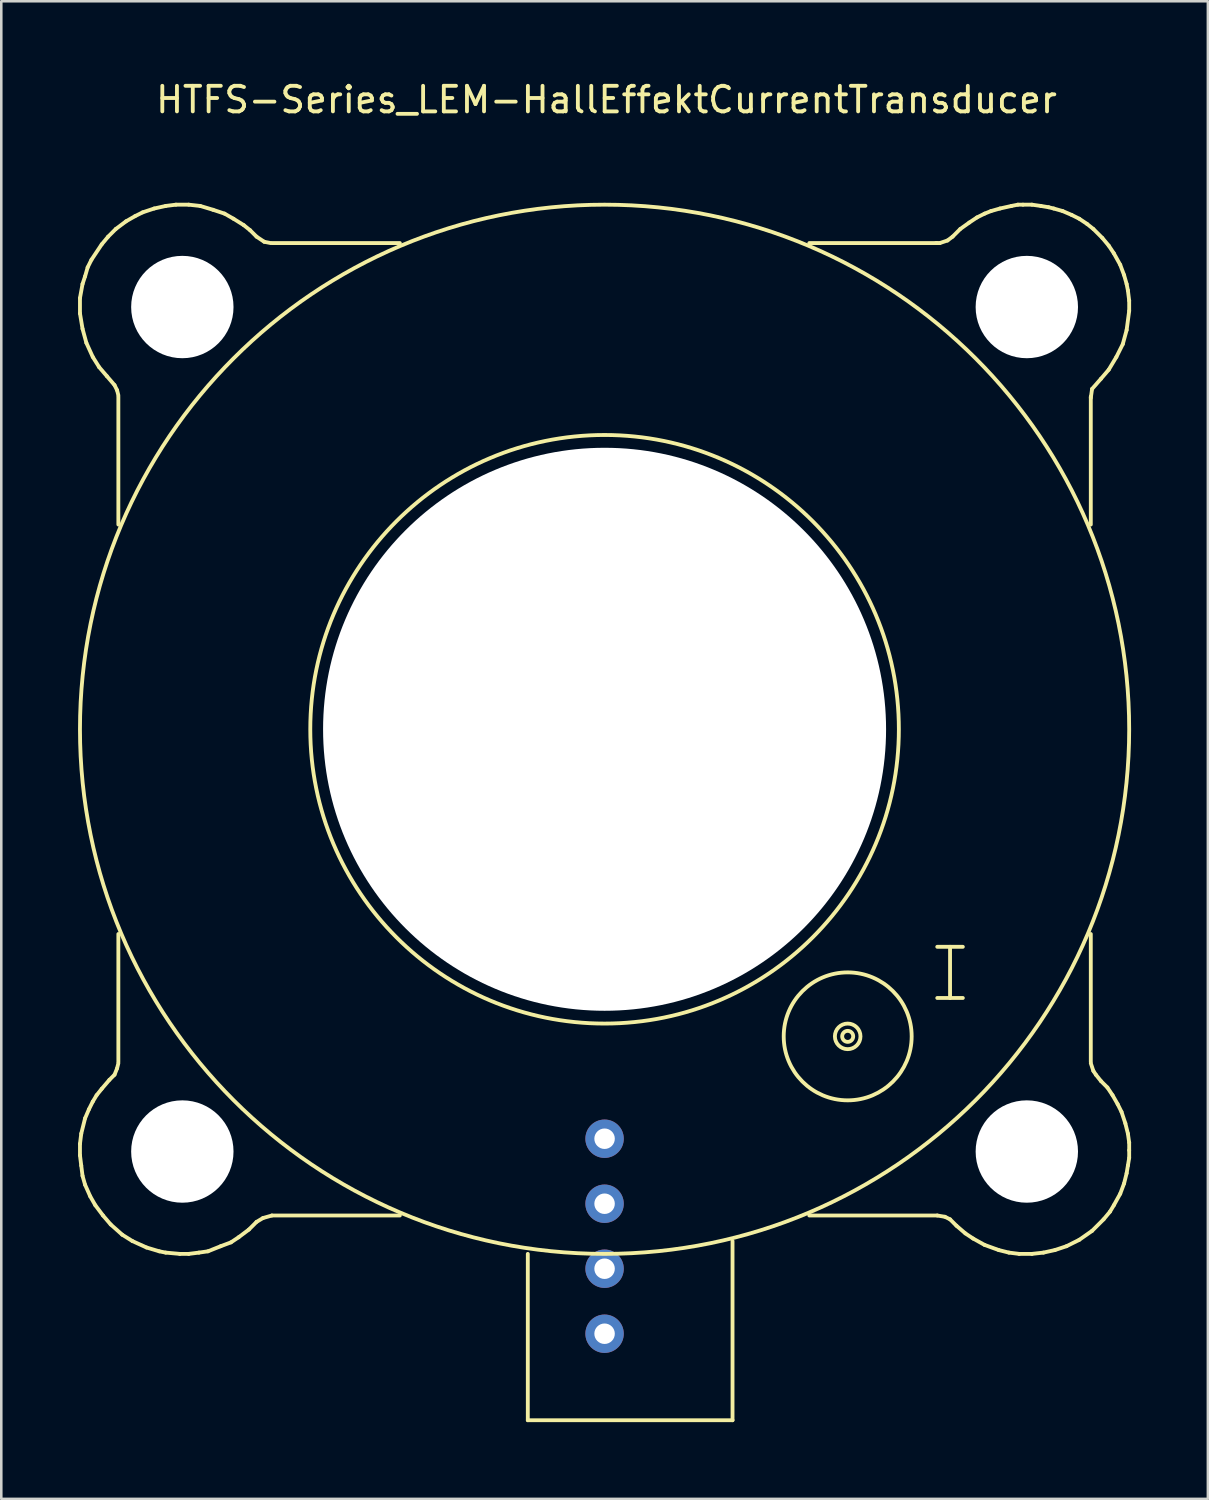
<source format=kicad_pcb>
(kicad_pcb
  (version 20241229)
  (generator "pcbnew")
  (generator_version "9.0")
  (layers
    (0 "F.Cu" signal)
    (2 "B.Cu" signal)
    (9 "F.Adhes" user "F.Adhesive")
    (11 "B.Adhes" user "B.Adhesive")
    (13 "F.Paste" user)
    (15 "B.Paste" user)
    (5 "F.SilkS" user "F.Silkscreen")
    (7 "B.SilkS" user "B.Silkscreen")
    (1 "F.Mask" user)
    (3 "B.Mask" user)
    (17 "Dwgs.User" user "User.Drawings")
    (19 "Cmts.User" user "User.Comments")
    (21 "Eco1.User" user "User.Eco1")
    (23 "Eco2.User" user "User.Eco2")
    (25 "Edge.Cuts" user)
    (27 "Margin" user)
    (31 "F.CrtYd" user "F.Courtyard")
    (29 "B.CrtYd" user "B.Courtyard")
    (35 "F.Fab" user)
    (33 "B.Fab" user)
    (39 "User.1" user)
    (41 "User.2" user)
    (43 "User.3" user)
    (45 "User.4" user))
  (footprint "HTFS-Series_LEM-HallEffektCurrentTransducer"
    (layer "F.Cu")
    (at 20.575 25.448)
    (property "Reference" "HTFS-Series_LEM-HallEffektCurrentTransducer" (at 0.075 -24.6 0) (layer "F.SilkS") (effects (font (size 1 1) (thickness 0.15))))
    (attr through_hole)
    (fp_line (start -20.5 -16.85) (end -20.5 -16.25) (stroke (width 0.15) (type solid)) (layer "F.SilkS"))
    (fp_line (start -20.5 -16.25) (end -20.4 -15.65) (stroke (width 0.15) (type solid)) (layer "F.SilkS"))
    (fp_line (start -20.5 16.2) (end -20.5 16.65) (stroke (width 0.15) (type solid)) (layer "F.SilkS"))
    (fp_line (start -20.5 16.65) (end -20.45 17.05) (stroke (width 0.15) (type solid)) (layer "F.SilkS"))
    (fp_line (start -20.45 15.8) (end -20.5 16.2) (stroke (width 0.15) (type solid)) (layer "F.SilkS"))
    (fp_line (start -20.45 17.05) (end -20.4 17.45) (stroke (width 0.15) (type solid)) (layer "F.SilkS"))
    (fp_line (start -20.4 -17.4) (end -20.5 -16.85) (stroke (width 0.15) (type solid)) (layer "F.SilkS"))
    (fp_line (start -20.4 -15.65) (end -20.25 -15.1) (stroke (width 0.15) (type solid)) (layer "F.SilkS"))
    (fp_line (start -20.4 17.45) (end -20.3 17.8) (stroke (width 0.15) (type solid)) (layer "F.SilkS"))
    (fp_line (start -20.3 -17.7) (end -20.4 -17.4) (stroke (width 0.15) (type solid)) (layer "F.SilkS"))
    (fp_line (start -20.3 15.2) (end -20.45 15.8) (stroke (width 0.15) (type solid)) (layer "F.SilkS"))
    (fp_line (start -20.3 17.8) (end -20.1 18.25) (stroke (width 0.15) (type solid)) (layer "F.SilkS"))
    (fp_line (start -20.25 -15.1) (end -20 -14.55) (stroke (width 0.15) (type solid)) (layer "F.SilkS"))
    (fp_line (start -20.2 -18.05) (end -20.3 -17.7) (stroke (width 0.15) (type solid)) (layer "F.SilkS"))
    (fp_line (start -20.15 14.85) (end -20.3 15.2) (stroke (width 0.15) (type solid)) (layer "F.SilkS"))
    (fp_line (start -20.1 18.25) (end -19.9 18.6) (stroke (width 0.15) (type solid)) (layer "F.SilkS"))
    (fp_line (start -20.05 -18.35) (end -20.2 -18.05) (stroke (width 0.15) (type solid)) (layer "F.SilkS"))
    (fp_line (start -20 -14.55) (end -19.75 -14.15) (stroke (width 0.15) (type solid)) (layer "F.SilkS"))
    (fp_line (start -20 14.55) (end -20.15 14.85) (stroke (width 0.15) (type solid)) (layer "F.SilkS"))
    (fp_line (start -19.9 18.6) (end -19.6 19) (stroke (width 0.15) (type solid)) (layer "F.SilkS"))
    (fp_line (start -19.85 14.3) (end -20 14.55) (stroke (width 0.15) (type solid)) (layer "F.SilkS"))
    (fp_line (start -19.75 -14.15) (end -19.45 -13.8) (stroke (width 0.15) (type solid)) (layer "F.SilkS"))
    (fp_line (start -19.65 -18.95) (end -20.05 -18.35) (stroke (width 0.15) (type solid)) (layer "F.SilkS"))
    (fp_line (start -19.65 14.05) (end -19.85 14.3) (stroke (width 0.15) (type solid)) (layer "F.SilkS"))
    (fp_line (start -19.6 19) (end -19.3 19.35) (stroke (width 0.15) (type solid)) (layer "F.SilkS"))
    (fp_line (start -19.45 -13.8) (end -19.15 -13.45) (stroke (width 0.15) (type solid)) (layer "F.SilkS"))
    (fp_line (start -19.4 -19.25) (end -19.65 -18.95) (stroke (width 0.15) (type solid)) (layer "F.SilkS"))
    (fp_line (start -19.35 13.7) (end -19.65 14.05) (stroke (width 0.15) (type solid)) (layer "F.SilkS"))
    (fp_line (start -19.3 19.35) (end -18.85 19.75) (stroke (width 0.15) (type solid)) (layer "F.SilkS"))
    (fp_line (start -19.15 -13.45) (end -19.05 -13.25) (stroke (width 0.15) (type solid)) (layer "F.SilkS"))
    (fp_line (start -19.15 13.5) (end -19.35 13.7) (stroke (width 0.15) (type solid)) (layer "F.SilkS"))
    (fp_line (start -19.1 -19.55) (end -19.4 -19.25) (stroke (width 0.15) (type solid)) (layer "F.SilkS"))
    (fp_line (start -19.05 -13.25) (end -19 -13.05) (stroke (width 0.15) (type solid)) (layer "F.SilkS"))
    (fp_line (start -19.05 13.25) (end -19.15 13.5) (stroke (width 0.15) (type solid)) (layer "F.SilkS"))
    (fp_line (start -19 -13) (end -19 -8) (stroke (width 0.15) (type solid)) (layer "F.SilkS"))
    (fp_line (start -19 8) (end -19 13) (stroke (width 0.15) (type solid)) (layer "F.SilkS"))
    (fp_line (start -19 13.05) (end -19.05 13.25) (stroke (width 0.15) (type solid)) (layer "F.SilkS"))
    (fp_line (start -18.85 19.75) (end -18.45 20) (stroke (width 0.15) (type solid)) (layer "F.SilkS"))
    (fp_line (start -18.7 -19.85) (end -19.1 -19.55) (stroke (width 0.15) (type solid)) (layer "F.SilkS"))
    (fp_line (start -18.45 20) (end -17.9 20.25) (stroke (width 0.15) (type solid)) (layer "F.SilkS"))
    (fp_line (start -18.35 -20.05) (end -18.7 -19.85) (stroke (width 0.15) (type solid)) (layer "F.SilkS"))
    (fp_line (start -18.05 -20.2) (end -18.35 -20.05) (stroke (width 0.15) (type solid)) (layer "F.SilkS"))
    (fp_line (start -17.9 20.25) (end -17.4 20.4) (stroke (width 0.15) (type solid)) (layer "F.SilkS"))
    (fp_line (start -17.6 -20.35) (end -18.05 -20.2) (stroke (width 0.15) (type solid)) (layer "F.SilkS"))
    (fp_line (start -17.4 20.4) (end -17.15 20.45) (stroke (width 0.15) (type solid)) (layer "F.SilkS"))
    (fp_line (start -17.15 -20.45) (end -17.6 -20.35) (stroke (width 0.15) (type solid)) (layer "F.SilkS"))
    (fp_line (start -17.15 20.45) (end -16.6 20.5) (stroke (width 0.15) (type solid)) (layer "F.SilkS"))
    (fp_line (start -16.75 -20.5) (end -17.15 -20.45) (stroke (width 0.15) (type solid)) (layer "F.SilkS"))
    (fp_line (start -16.6 20.5) (end -16.25 20.5) (stroke (width 0.15) (type solid)) (layer "F.SilkS"))
    (fp_line (start -16.25 -20.5) (end -16.75 -20.5) (stroke (width 0.15) (type solid)) (layer "F.SilkS"))
    (fp_line (start -16.25 20.5) (end -15.85 20.45) (stroke (width 0.15) (type solid)) (layer "F.SilkS"))
    (fp_line (start -15.85 20.45) (end -15.5 20.4) (stroke (width 0.15) (type solid)) (layer "F.SilkS"))
    (fp_line (start -15.8 -20.45) (end -16.25 -20.5) (stroke (width 0.15) (type solid)) (layer "F.SilkS"))
    (fp_line (start -15.5 20.4) (end -15 20.2) (stroke (width 0.15) (type solid)) (layer "F.SilkS"))
    (fp_line (start -15.3 -20.3) (end -15.8 -20.45) (stroke (width 0.15) (type solid)) (layer "F.SilkS"))
    (fp_line (start -15 20.2) (end -14.6 20.05) (stroke (width 0.15) (type solid)) (layer "F.SilkS"))
    (fp_line (start -14.85 -20.15) (end -15.3 -20.3) (stroke (width 0.15) (type solid)) (layer "F.SilkS"))
    (fp_line (start -14.6 20.05) (end -14.3 19.85) (stroke (width 0.15) (type solid)) (layer "F.SilkS"))
    (fp_line (start -14.5 -19.95) (end -14.85 -20.15) (stroke (width 0.15) (type solid)) (layer "F.SilkS"))
    (fp_line (start -14.3 19.85) (end -13.9 19.55) (stroke (width 0.15) (type solid)) (layer "F.SilkS"))
    (fp_line (start -14.1 -19.7) (end -14.5 -19.95) (stroke (width 0.15) (type solid)) (layer "F.SilkS"))
    (fp_line (start -13.9 19.55) (end -13.6 19.25) (stroke (width 0.15) (type solid)) (layer "F.SilkS"))
    (fp_line (start -13.85 -19.5) (end -14.1 -19.7) (stroke (width 0.15) (type solid)) (layer "F.SilkS"))
    (fp_line (start -13.6 -19.25) (end -13.85 -19.5) (stroke (width 0.15) (type solid)) (layer "F.SilkS"))
    (fp_line (start -13.6 19.25) (end -13.35 19.1) (stroke (width 0.15) (type solid)) (layer "F.SilkS"))
    (fp_line (start -13.35 19.1) (end -13 19) (stroke (width 0.15) (type solid)) (layer "F.SilkS"))
    (fp_line (start -13.3 -19.05) (end -13.6 -19.25) (stroke (width 0.15) (type solid)) (layer "F.SilkS"))
    (fp_line (start -13.05 -19) (end -13.3 -19.05) (stroke (width 0.15) (type solid)) (layer "F.SilkS"))
    (fp_line (start -8 -19) (end -13 -19) (stroke (width 0.15) (type solid)) (layer "F.SilkS"))
    (fp_line (start -8 19) (end -13 19) (stroke (width 0.15) (type solid)) (layer "F.SilkS"))
    (fp_line (start -3 27) (end -3 20.5) (stroke (width 0.15) (type solid)) (layer "F.SilkS"))
    (fp_line (start 5 27) (end -3 27) (stroke (width 0.15) (type solid)) (layer "F.SilkS"))
    (fp_line (start 5 27) (end 5 20) (stroke (width 0.15) (type solid)) (layer "F.SilkS"))
    (fp_line (start 8 19) (end 13 19) (stroke (width 0.15) (type solid)) (layer "F.SilkS"))
    (fp_line (start 13 -19) (end 8 -19) (stroke (width 0.15) (type solid)) (layer "F.SilkS"))
    (fp_line (start 13 8.5) (end 14 8.5) (stroke (width 0.15) (type solid)) (layer "F.SilkS"))
    (fp_line (start 13 10.5) (end 14 10.5) (stroke (width 0.15) (type solid)) (layer "F.SilkS"))
    (fp_line (start 13 19) (end 13.3 19.05) (stroke (width 0.15) (type solid)) (layer "F.SilkS"))
    (fp_line (start 13.1 -19) (end 12.95 -19) (stroke (width 0.15) (type solid)) (layer "F.SilkS"))
    (fp_line (start 13.3 19.05) (end 13.5 19.15) (stroke (width 0.15) (type solid)) (layer "F.SilkS"))
    (fp_line (start 13.4 -19.1) (end 13.1 -19) (stroke (width 0.15) (type solid)) (layer "F.SilkS"))
    (fp_line (start 13.5 8.5) (end 13.5 10.5) (stroke (width 0.15) (type solid)) (layer "F.SilkS"))
    (fp_line (start 13.5 19.15) (end 13.75 19.4) (stroke (width 0.15) (type solid)) (layer "F.SilkS"))
    (fp_line (start 13.6 -19.25) (end 13.4 -19.1) (stroke (width 0.15) (type solid)) (layer "F.SilkS"))
    (fp_line (start 13.75 19.4) (end 14.1 19.7) (stroke (width 0.15) (type solid)) (layer "F.SilkS"))
    (fp_line (start 13.9 -19.55) (end 13.6 -19.25) (stroke (width 0.15) (type solid)) (layer "F.SilkS"))
    (fp_line (start 14.1 19.7) (end 14.4 19.9) (stroke (width 0.15) (type solid)) (layer "F.SilkS"))
    (fp_line (start 14.25 -19.8) (end 13.9 -19.55) (stroke (width 0.15) (type solid)) (layer "F.SilkS"))
    (fp_line (start 14.4 19.9) (end 14.85 20.15) (stroke (width 0.15) (type solid)) (layer "F.SilkS"))
    (fp_line (start 14.55 -20) (end 14.25 -19.8) (stroke (width 0.15) (type solid)) (layer "F.SilkS"))
    (fp_line (start 14.85 -20.15) (end 14.55 -20) (stroke (width 0.15) (type solid)) (layer "F.SilkS"))
    (fp_line (start 14.85 20.15) (end 15.4 20.35) (stroke (width 0.15) (type solid)) (layer "F.SilkS"))
    (fp_line (start 15.1 -20.25) (end 14.85 -20.15) (stroke (width 0.15) (type solid)) (layer "F.SilkS"))
    (fp_line (start 15.4 20.35) (end 15.8 20.45) (stroke (width 0.15) (type solid)) (layer "F.SilkS"))
    (fp_line (start 15.45 -20.35) (end 15.1 -20.25) (stroke (width 0.15) (type solid)) (layer "F.SilkS"))
    (fp_line (start 15.8 20.45) (end 16.2 20.5) (stroke (width 0.15) (type solid)) (layer "F.SilkS"))
    (fp_line (start 15.9 -20.45) (end 15.45 -20.35) (stroke (width 0.15) (type solid)) (layer "F.SilkS"))
    (fp_line (start 16.15 -20.5) (end 15.9 -20.45) (stroke (width 0.15) (type solid)) (layer "F.SilkS"))
    (fp_line (start 16.2 20.5) (end 16.7 20.5) (stroke (width 0.15) (type solid)) (layer "F.SilkS"))
    (fp_line (start 16.35 -20.5) (end 16.15 -20.5) (stroke (width 0.15) (type solid)) (layer "F.SilkS"))
    (fp_line (start 16.7 -20.5) (end 16.35 -20.5) (stroke (width 0.15) (type solid)) (layer "F.SilkS"))
    (fp_line (start 16.7 20.5) (end 17.15 20.45) (stroke (width 0.15) (type solid)) (layer "F.SilkS"))
    (fp_line (start 17.05 -20.45) (end 16.7 -20.5) (stroke (width 0.15) (type solid)) (layer "F.SilkS"))
    (fp_line (start 17.15 20.45) (end 17.6 20.35) (stroke (width 0.15) (type solid)) (layer "F.SilkS"))
    (fp_line (start 17.35 -20.4) (end 17.05 -20.45) (stroke (width 0.15) (type solid)) (layer "F.SilkS"))
    (fp_line (start 17.55 -20.35) (end 17.35 -20.4) (stroke (width 0.15) (type solid)) (layer "F.SilkS"))
    (fp_line (start 17.6 20.35) (end 18.05 20.2) (stroke (width 0.15) (type solid)) (layer "F.SilkS"))
    (fp_line (start 17.9 -20.25) (end 17.55 -20.35) (stroke (width 0.15) (type solid)) (layer "F.SilkS"))
    (fp_line (start 18.05 20.2) (end 18.55 19.95) (stroke (width 0.15) (type solid)) (layer "F.SilkS"))
    (fp_line (start 18.25 -20.1) (end 17.9 -20.25) (stroke (width 0.15) (type solid)) (layer "F.SilkS"))
    (fp_line (start 18.55 -19.95) (end 18.25 -20.1) (stroke (width 0.15) (type solid)) (layer "F.SilkS"))
    (fp_line (start 18.55 19.95) (end 19.05 19.6) (stroke (width 0.15) (type solid)) (layer "F.SilkS"))
    (fp_line (start 18.85 -19.75) (end 18.55 -19.95) (stroke (width 0.15) (type solid)) (layer "F.SilkS"))
    (fp_line (start 19 -12.95) (end 19.05 -13.3) (stroke (width 0.15) (type solid)) (layer "F.SilkS"))
    (fp_line (start 19 -8) (end 19 -13) (stroke (width 0.15) (type solid)) (layer "F.SilkS"))
    (fp_line (start 19 8) (end 19 13) (stroke (width 0.15) (type solid)) (layer "F.SilkS"))
    (fp_line (start 19.05 -13.3) (end 19.4 -13.7) (stroke (width 0.15) (type solid)) (layer "F.SilkS"))
    (fp_line (start 19.05 19.6) (end 19.5 19.15) (stroke (width 0.15) (type solid)) (layer "F.SilkS"))
    (fp_line (start 19.1 -19.55) (end 18.85 -19.75) (stroke (width 0.15) (type solid)) (layer "F.SilkS"))
    (fp_line (start 19.1 13.35) (end 19 13.05) (stroke (width 0.15) (type solid)) (layer "F.SilkS"))
    (fp_line (start 19.2 13.5) (end 19.1 13.35) (stroke (width 0.15) (type solid)) (layer "F.SilkS"))
    (fp_line (start 19.4 -13.7) (end 19.7 -14.05) (stroke (width 0.15) (type solid)) (layer "F.SilkS"))
    (fp_line (start 19.4 13.75) (end 19.2 13.5) (stroke (width 0.15) (type solid)) (layer "F.SilkS"))
    (fp_line (start 19.45 -19.2) (end 19.1 -19.55) (stroke (width 0.15) (type solid)) (layer "F.SilkS"))
    (fp_line (start 19.5 19.15) (end 19.75 18.85) (stroke (width 0.15) (type solid)) (layer "F.SilkS"))
    (fp_line (start 19.65 14) (end 19.4 13.75) (stroke (width 0.15) (type solid)) (layer "F.SilkS"))
    (fp_line (start 19.7 -18.9) (end 19.45 -19.2) (stroke (width 0.15) (type solid)) (layer "F.SilkS"))
    (fp_line (start 19.7 -14.05) (end 20 -14.55) (stroke (width 0.15) (type solid)) (layer "F.SilkS"))
    (fp_line (start 19.75 18.85) (end 19.9 18.6) (stroke (width 0.15) (type solid)) (layer "F.SilkS"))
    (fp_line (start 19.85 14.3) (end 19.65 14) (stroke (width 0.15) (type solid)) (layer "F.SilkS"))
    (fp_line (start 19.9 -18.6) (end 19.7 -18.9) (stroke (width 0.15) (type solid)) (layer "F.SilkS"))
    (fp_line (start 19.9 18.6) (end 20.15 18.15) (stroke (width 0.15) (type solid)) (layer "F.SilkS"))
    (fp_line (start 20 -14.55) (end 20.25 -15.05) (stroke (width 0.15) (type solid)) (layer "F.SilkS"))
    (fp_line (start 20.05 14.65) (end 19.85 14.3) (stroke (width 0.15) (type solid)) (layer "F.SilkS"))
    (fp_line (start 20.15 -18.15) (end 19.9 -18.6) (stroke (width 0.15) (type solid)) (layer "F.SilkS"))
    (fp_line (start 20.15 18.15) (end 20.3 17.75) (stroke (width 0.15) (type solid)) (layer "F.SilkS"))
    (fp_line (start 20.2 14.95) (end 20.05 14.65) (stroke (width 0.15) (type solid)) (layer "F.SilkS"))
    (fp_line (start 20.25 -15.05) (end 20.4 -15.6) (stroke (width 0.15) (type solid)) (layer "F.SilkS"))
    (fp_line (start 20.3 -17.75) (end 20.15 -18.15) (stroke (width 0.15) (type solid)) (layer "F.SilkS"))
    (fp_line (start 20.3 17.75) (end 20.4 17.35) (stroke (width 0.15) (type solid)) (layer "F.SilkS"))
    (fp_line (start 20.35 15.4) (end 20.2 14.95) (stroke (width 0.15) (type solid)) (layer "F.SilkS"))
    (fp_line (start 20.4 -17.4) (end 20.3 -17.75) (stroke (width 0.15) (type solid)) (layer "F.SilkS"))
    (fp_line (start 20.4 -15.6) (end 20.5 -16.35) (stroke (width 0.15) (type solid)) (layer "F.SilkS"))
    (fp_line (start 20.4 17.35) (end 20.45 17.05) (stroke (width 0.15) (type solid)) (layer "F.SilkS"))
    (fp_line (start 20.45 -17.15) (end 20.4 -17.4) (stroke (width 0.15) (type solid)) (layer "F.SilkS"))
    (fp_line (start 20.45 15.8) (end 20.35 15.4) (stroke (width 0.15) (type solid)) (layer "F.SilkS"))
    (fp_line (start 20.45 17.05) (end 20.5 16.75) (stroke (width 0.15) (type solid)) (layer "F.SilkS"))
    (fp_line (start 20.5 -16.75) (end 20.45 -17.15) (stroke (width 0.15) (type solid)) (layer "F.SilkS"))
    (fp_line (start 20.5 -16.35) (end 20.5 -16.75) (stroke (width 0.15) (type solid)) (layer "F.SilkS"))
    (fp_line (start 20.5 16.15) (end 20.45 15.8) (stroke (width 0.15) (type solid)) (layer "F.SilkS"))
    (fp_line (start 20.5 16.45) (end 20.5 16.15) (stroke (width 0.15) (type solid)) (layer "F.SilkS"))
    (fp_line (start 20.5 16.75) (end 20.5 16.45) (stroke (width 0.15) (type solid)) (layer "F.SilkS"))
    (fp_circle (center 0 0) (end 11.5 0) (stroke (width 0.15) (type solid)) (fill no) (layer "F.SilkS"))
    (fp_circle (center 0 0) (end 20.5 0) (stroke (width 0.15) (type solid)) (fill no) (layer "F.SilkS"))
    (fp_circle (center 9.5 12) (end 9.675 12.125) (stroke (width 0.15) (type solid)) (fill no) (layer "F.SilkS"))
    (fp_circle (center 9.5 12) (end 10 12) (stroke (width 0.15) (type solid)) (fill no) (layer "F.SilkS"))
    (fp_circle (center 9.5 12) (end 11.5 13.5) (stroke (width 0.15) (type solid)) (fill no) (layer "F.SilkS"))
    (pad "" np_thru_hole circle (at -16.5 -16.5) (size 4 4) (drill 4) (layers "*.Cu" "*.Mask"))
    (pad "" np_thru_hole circle (at -16.5 16.5) (size 4 4) (drill 4) (layers "*.Cu" "*.Mask"))
    (pad "" np_thru_hole circle (at 0 0) (size 22 22) (drill 22) (layers "*.Cu" "*.Mask"))
    (pad "" np_thru_hole circle (at 16.5 -16.5) (size 4 4) (drill 4) (layers "*.Cu" "*.Mask"))
    (pad "" np_thru_hole circle (at 16.5 16.5) (size 4 4) (drill 4) (layers "*.Cu" "*.Mask"))
    (pad "1" thru_hole circle (at 0 23.62) (size 1.5 1.5) (drill 0.8) (layers "*.Cu" "*.Mask"))
    (pad "2" thru_hole circle (at 0 21.08) (size 1.5 1.5) (drill 0.8) (layers "*.Cu" "*.Mask"))
    (pad "3" thru_hole circle (at 0 18.54) (size 1.5 1.5) (drill 0.8) (layers "*.Cu" "*.Mask"))
    (pad "4" thru_hole circle (at 0 16) (size 1.5 1.5) (drill 0.8) (layers "*.Cu" "*.Mask")))
  (gr_rect
    (start -3 -3)
    (end 44.15 55.523)
    (stroke (width 0.1) (type default))
    (fill no)
    (layer "Edge.Cuts")))
</source>
